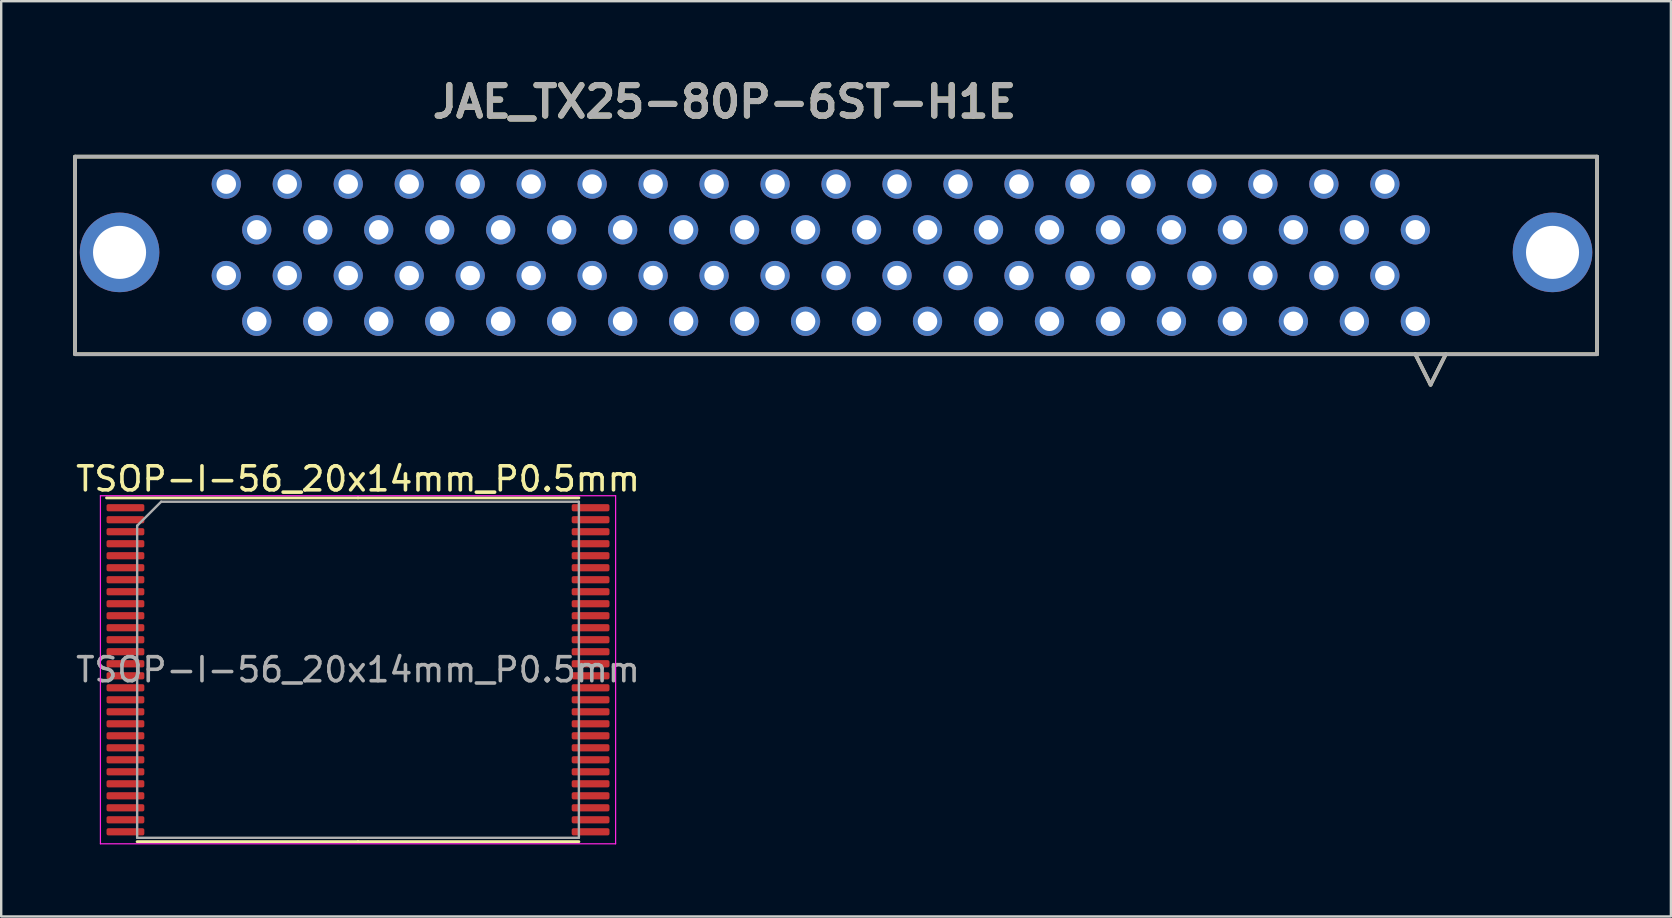
<source format=kicad_pcb>
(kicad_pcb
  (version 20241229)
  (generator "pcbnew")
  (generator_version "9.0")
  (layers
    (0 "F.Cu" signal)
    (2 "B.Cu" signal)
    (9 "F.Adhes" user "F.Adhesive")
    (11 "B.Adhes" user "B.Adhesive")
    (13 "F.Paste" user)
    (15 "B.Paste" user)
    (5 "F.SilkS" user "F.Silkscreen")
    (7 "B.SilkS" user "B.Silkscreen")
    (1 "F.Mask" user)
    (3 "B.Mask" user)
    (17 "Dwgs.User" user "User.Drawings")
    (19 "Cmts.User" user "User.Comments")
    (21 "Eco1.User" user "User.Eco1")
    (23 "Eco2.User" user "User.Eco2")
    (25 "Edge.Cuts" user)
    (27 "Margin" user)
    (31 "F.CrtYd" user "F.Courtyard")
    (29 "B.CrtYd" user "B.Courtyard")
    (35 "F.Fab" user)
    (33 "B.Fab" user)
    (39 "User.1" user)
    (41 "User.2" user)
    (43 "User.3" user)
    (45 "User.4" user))
  (footprint "JAE_TX25-80P-6ST-H1E"
    (layer "F.Cu")
    (at 31.775 3.475)
    (property "Reference" "JAE_TX25-80P-6ST-H1E" (at -4.648 -2.286 0) (layer "F.SilkS") (effects (font (size 1.27 1.27) (thickness 0.254))))
    (attr through_hole)
    (fp_line (start -31.699 0) (end -31.699 8.23) (stroke (width 0.152) (type solid)) (layer "F.SilkS"))
    (fp_line (start -31.699 8.23) (end 31.699 8.23) (stroke (width 0.152) (type solid)) (layer "F.SilkS"))
    (fp_line (start 24.13 8.23) (end 24.765 9.5) (stroke (width 0.152) (type solid)) (layer "F.SilkS"))
    (fp_line (start 25.4 8.23) (end 24.765 9.5) (stroke (width 0.152) (type solid)) (layer "F.SilkS"))
    (fp_line (start 31.699 0) (end -31.699 0) (stroke (width 0.152) (type solid)) (layer "F.SilkS"))
    (fp_line (start 31.699 8.23) (end 31.699 0) (stroke (width 0.152) (type solid)) (layer "F.SilkS"))
    (fp_line (start -31.699 0) (end -31.699 8.23) (stroke (width 0.152) (type solid)) (layer "F.Fab"))
    (fp_line (start -31.699 8.23) (end 31.699 8.23) (stroke (width 0.152) (type solid)) (layer "F.Fab"))
    (fp_line (start 24.13 8.23) (end 24.765 9.5) (stroke (width 0.152) (type solid)) (layer "F.Fab"))
    (fp_line (start 25.4 8.23) (end 24.765 9.5) (stroke (width 0.152) (type solid)) (layer "F.Fab"))
    (fp_line (start 31.699 0) (end -31.699 0) (stroke (width 0.152) (type solid)) (layer "F.Fab"))
    (fp_line (start 31.699 8.23) (end 31.699 0) (stroke (width 0.152) (type solid)) (layer "F.Fab"))
    (fp_text user "${REFERENCE}" (at -4.648 -2.286 0) (layer "F.Fab") (effects (font (size 1.27 1.27) (thickness 0.254))))
    (pad "1" thru_hole circle (at 24.13 6.858) (size 1.219 1.219) (drill 0.813) (layers "*.Cu" "*.Mask"))
    (pad "2" thru_hole circle (at 22.86 4.953) (size 1.219 1.219) (drill 0.813) (layers "*.Cu" "*.Mask"))
    (pad "3" thru_hole circle (at 21.59 6.858) (size 1.219 1.219) (drill 0.813) (layers "*.Cu" "*.Mask"))
    (pad "4" thru_hole circle (at 20.32 4.953) (size 1.219 1.219) (drill 0.813) (layers "*.Cu" "*.Mask"))
    (pad "5" thru_hole circle (at 19.05 6.858) (size 1.219 1.219) (drill 0.813) (layers "*.Cu" "*.Mask"))
    (pad "6" thru_hole circle (at 17.78 4.953) (size 1.219 1.219) (drill 0.813) (layers "*.Cu" "*.Mask"))
    (pad "7" thru_hole circle (at 16.51 6.858) (size 1.219 1.219) (drill 0.813) (layers "*.Cu" "*.Mask"))
    (pad "8" thru_hole circle (at 15.24 4.953) (size 1.219 1.219) (drill 0.813) (layers "*.Cu" "*.Mask"))
    (pad "9" thru_hole circle (at 13.97 6.858) (size 1.219 1.219) (drill 0.813) (layers "*.Cu" "*.Mask"))
    (pad "10" thru_hole circle (at 12.7 4.953) (size 1.219 1.219) (drill 0.813) (layers "*.Cu" "*.Mask"))
    (pad "11" thru_hole circle (at 11.43 6.858) (size 1.219 1.219) (drill 0.813) (layers "*.Cu" "*.Mask"))
    (pad "12" thru_hole circle (at 10.16 4.953) (size 1.219 1.219) (drill 0.813) (layers "*.Cu" "*.Mask"))
    (pad "13" thru_hole circle (at 8.89 6.858) (size 1.219 1.219) (drill 0.813) (layers "*.Cu" "*.Mask"))
    (pad "14" thru_hole circle (at 7.62 4.953) (size 1.219 1.219) (drill 0.813) (layers "*.Cu" "*.Mask"))
    (pad "15" thru_hole circle (at 6.35 6.858) (size 1.219 1.219) (drill 0.813) (layers "*.Cu" "*.Mask"))
    (pad "16" thru_hole circle (at 5.08 4.953) (size 1.219 1.219) (drill 0.813) (layers "*.Cu" "*.Mask"))
    (pad "17" thru_hole circle (at 3.81 6.858) (size 1.219 1.219) (drill 0.813) (layers "*.Cu" "*.Mask"))
    (pad "18" thru_hole circle (at 2.54 4.953) (size 1.219 1.219) (drill 0.813) (layers "*.Cu" "*.Mask"))
    (pad "19" thru_hole circle (at 1.27 6.858) (size 1.219 1.219) (drill 0.813) (layers "*.Cu" "*.Mask"))
    (pad "20" thru_hole circle (at 0 4.953) (size 1.219 1.219) (drill 0.813) (layers "*.Cu" "*.Mask"))
    (pad "21" thru_hole circle (at -1.27 6.858) (size 1.219 1.219) (drill 0.813) (layers "*.Cu" "*.Mask"))
    (pad "22" thru_hole circle (at -2.54 4.953) (size 1.219 1.219) (drill 0.813) (layers "*.Cu" "*.Mask"))
    (pad "23" thru_hole circle (at -3.81 6.858) (size 1.219 1.219) (drill 0.813) (layers "*.Cu" "*.Mask"))
    (pad "24" thru_hole circle (at -5.08 4.953) (size 1.219 1.219) (drill 0.813) (layers "*.Cu" "*.Mask"))
    (pad "25" thru_hole circle (at -6.35 6.858) (size 1.219 1.219) (drill 0.813) (layers "*.Cu" "*.Mask"))
    (pad "26" thru_hole circle (at -7.62 4.953) (size 1.219 1.219) (drill 0.813) (layers "*.Cu" "*.Mask"))
    (pad "27" thru_hole circle (at -8.89 6.858) (size 1.219 1.219) (drill 0.813) (layers "*.Cu" "*.Mask"))
    (pad "28" thru_hole circle (at -10.16 4.953) (size 1.219 1.219) (drill 0.813) (layers "*.Cu" "*.Mask"))
    (pad "29" thru_hole circle (at -11.43 6.858) (size 1.219 1.219) (drill 0.813) (layers "*.Cu" "*.Mask"))
    (pad "30" thru_hole circle (at -12.7 4.953) (size 1.219 1.219) (drill 0.813) (layers "*.Cu" "*.Mask"))
    (pad "31" thru_hole circle (at -13.97 6.858) (size 1.219 1.219) (drill 0.813) (layers "*.Cu" "*.Mask"))
    (pad "32" thru_hole circle (at -15.24 4.953) (size 1.219 1.219) (drill 0.813) (layers "*.Cu" "*.Mask"))
    (pad "33" thru_hole circle (at -16.51 6.858) (size 1.219 1.219) (drill 0.813) (layers "*.Cu" "*.Mask"))
    (pad "34" thru_hole circle (at -17.78 4.953) (size 1.219 1.219) (drill 0.813) (layers "*.Cu" "*.Mask"))
    (pad "35" thru_hole circle (at -19.05 6.858) (size 1.219 1.219) (drill 0.813) (layers "*.Cu" "*.Mask"))
    (pad "36" thru_hole circle (at -20.32 4.953) (size 1.219 1.219) (drill 0.813) (layers "*.Cu" "*.Mask"))
    (pad "37" thru_hole circle (at -21.59 6.858) (size 1.219 1.219) (drill 0.813) (layers "*.Cu" "*.Mask"))
    (pad "38" thru_hole circle (at -22.86 4.953) (size 1.219 1.219) (drill 0.813) (layers "*.Cu" "*.Mask"))
    (pad "39" thru_hole circle (at -24.13 6.858) (size 1.219 1.219) (drill 0.813) (layers "*.Cu" "*.Mask"))
    (pad "40" thru_hole circle (at -25.4 4.953) (size 1.219 1.219) (drill 0.813) (layers "*.Cu" "*.Mask"))
    (pad "41" thru_hole circle (at 24.13 3.048) (size 1.219 1.219) (drill 0.813) (layers "*.Cu" "*.Mask"))
    (pad "42" thru_hole circle (at 22.86 1.143) (size 1.219 1.219) (drill 0.813) (layers "*.Cu" "*.Mask"))
    (pad "43" thru_hole circle (at 21.59 3.048) (size 1.219 1.219) (drill 0.813) (layers "*.Cu" "*.Mask"))
    (pad "44" thru_hole circle (at 20.32 1.143) (size 1.219 1.219) (drill 0.813) (layers "*.Cu" "*.Mask"))
    (pad "45" thru_hole circle (at 19.05 3.048) (size 1.219 1.219) (drill 0.813) (layers "*.Cu" "*.Mask"))
    (pad "46" thru_hole circle (at 17.78 1.143) (size 1.219 1.219) (drill 0.813) (layers "*.Cu" "*.Mask"))
    (pad "47" thru_hole circle (at 16.51 3.048) (size 1.219 1.219) (drill 0.813) (layers "*.Cu" "*.Mask"))
    (pad "48" thru_hole circle (at 15.24 1.143) (size 1.219 1.219) (drill 0.813) (layers "*.Cu" "*.Mask"))
    (pad "49" thru_hole circle (at 13.97 3.048) (size 1.219 1.219) (drill 0.813) (layers "*.Cu" "*.Mask"))
    (pad "50" thru_hole circle (at 12.7 1.143) (size 1.219 1.219) (drill 0.813) (layers "*.Cu" "*.Mask"))
    (pad "51" thru_hole circle (at 11.43 3.048) (size 1.219 1.219) (drill 0.813) (layers "*.Cu" "*.Mask"))
    (pad "52" thru_hole circle (at 10.16 1.143) (size 1.219 1.219) (drill 0.813) (layers "*.Cu" "*.Mask"))
    (pad "53" thru_hole circle (at 8.89 3.048) (size 1.219 1.219) (drill 0.813) (layers "*.Cu" "*.Mask"))
    (pad "54" thru_hole circle (at 7.62 1.143) (size 1.219 1.219) (drill 0.813) (layers "*.Cu" "*.Mask"))
    (pad "55" thru_hole circle (at 6.35 3.048) (size 1.219 1.219) (drill 0.813) (layers "*.Cu" "*.Mask"))
    (pad "56" thru_hole circle (at 5.08 1.143) (size 1.219 1.219) (drill 0.813) (layers "*.Cu" "*.Mask"))
    (pad "57" thru_hole circle (at 3.81 3.048) (size 1.219 1.219) (drill 0.813) (layers "*.Cu" "*.Mask"))
    (pad "58" thru_hole circle (at 2.54 1.143) (size 1.219 1.219) (drill 0.813) (layers "*.Cu" "*.Mask"))
    (pad "59" thru_hole circle (at 1.27 3.048) (size 1.219 1.219) (drill 0.813) (layers "*.Cu" "*.Mask"))
    (pad "60" thru_hole circle (at 0 1.143) (size 1.219 1.219) (drill 0.813) (layers "*.Cu" "*.Mask"))
    (pad "61" thru_hole circle (at -1.27 3.048) (size 1.219 1.219) (drill 0.813) (layers "*.Cu" "*.Mask"))
    (pad "62" thru_hole circle (at -2.54 1.143) (size 1.219 1.219) (drill 0.813) (layers "*.Cu" "*.Mask"))
    (pad "63" thru_hole circle (at -3.81 3.048) (size 1.219 1.219) (drill 0.813) (layers "*.Cu" "*.Mask"))
    (pad "64" thru_hole circle (at -5.08 1.143) (size 1.219 1.219) (drill 0.813) (layers "*.Cu" "*.Mask"))
    (pad "65" thru_hole circle (at -6.35 3.048) (size 1.219 1.219) (drill 0.813) (layers "*.Cu" "*.Mask"))
    (pad "66" thru_hole circle (at -7.62 1.143) (size 1.219 1.219) (drill 0.813) (layers "*.Cu" "*.Mask"))
    (pad "67" thru_hole circle (at -8.89 3.048) (size 1.219 1.219) (drill 0.813) (layers "*.Cu" "*.Mask"))
    (pad "68" thru_hole circle (at -10.16 1.143) (size 1.219 1.219) (drill 0.813) (layers "*.Cu" "*.Mask"))
    (pad "69" thru_hole circle (at -11.43 3.048) (size 1.219 1.219) (drill 0.813) (layers "*.Cu" "*.Mask"))
    (pad "70" thru_hole circle (at -12.7 1.143) (size 1.219 1.219) (drill 0.813) (layers "*.Cu" "*.Mask"))
    (pad "71" thru_hole circle (at -13.97 3.048) (size 1.219 1.219) (drill 0.813) (layers "*.Cu" "*.Mask"))
    (pad "72" thru_hole circle (at -15.24 1.143) (size 1.219 1.219) (drill 0.813) (layers "*.Cu" "*.Mask"))
    (pad "73" thru_hole circle (at -16.51 3.048) (size 1.219 1.219) (drill 0.813) (layers "*.Cu" "*.Mask"))
    (pad "74" thru_hole circle (at -17.78 1.143) (size 1.219 1.219) (drill 0.813) (layers "*.Cu" "*.Mask"))
    (pad "75" thru_hole circle (at -19.05 3.048) (size 1.219 1.219) (drill 0.813) (layers "*.Cu" "*.Mask"))
    (pad "76" thru_hole circle (at -20.32 1.143) (size 1.219 1.219) (drill 0.813) (layers "*.Cu" "*.Mask"))
    (pad "77" thru_hole circle (at -21.59 3.048) (size 1.219 1.219) (drill 0.813) (layers "*.Cu" "*.Mask"))
    (pad "78" thru_hole circle (at -22.86 1.143) (size 1.219 1.219) (drill 0.813) (layers "*.Cu" "*.Mask"))
    (pad "79" thru_hole circle (at -24.13 3.048) (size 1.219 1.219) (drill 0.813) (layers "*.Cu" "*.Mask"))
    (pad "80" thru_hole circle (at -25.4 1.143) (size 1.219 1.219) (drill 0.813) (layers "*.Cu" "*.Mask"))
    (pad "81" thru_hole circle (at -29.845 3.988) (size 3.315 3.315) (drill 2.21) (layers "*.Cu" "*.Mask"))
    (pad "82" thru_hole circle (at 29.845 3.988) (size 3.315 3.315) (drill 2.21) (layers "*.Cu" "*.Mask")))
  (footprint "TSOP-I-56_20x14mm_P0.5mm"
    (layer "F.Cu")
    (at 11.863 24.849)
    (property "Reference" "TSOP-I-56_20x14mm_P0.5mm" (at 0 -7.95 0) (layer "F.SilkS") (effects (font (size 1 1) (thickness 0.15))))
    (attr smd)
    (fp_line (start 0 -7.16) (end -10.475 -7.16) (stroke (width 0.12) (type solid)) (layer "F.SilkS"))
    (fp_line (start 0 -7.16) (end 9.2 -7.16) (stroke (width 0.12) (type solid)) (layer "F.SilkS"))
    (fp_line (start 0 7.16) (end -9.2 7.16) (stroke (width 0.12) (type solid)) (layer "F.SilkS"))
    (fp_line (start 0 7.16) (end 9.2 7.16) (stroke (width 0.12) (type solid)) (layer "F.SilkS"))
    (fp_line (start -10.73 -7.25) (end -10.73 7.25) (stroke (width 0.05) (type solid)) (layer "F.CrtYd"))
    (fp_line (start -10.73 7.25) (end 10.73 7.25) (stroke (width 0.05) (type solid)) (layer "F.CrtYd"))
    (fp_line (start 10.73 -7.25) (end -10.73 -7.25) (stroke (width 0.05) (type solid)) (layer "F.CrtYd"))
    (fp_line (start 10.73 7.25) (end 10.73 -7.25) (stroke (width 0.05) (type solid)) (layer "F.CrtYd"))
    (fp_line (start -9.2 -6) (end -8.2 -7) (stroke (width 0.1) (type solid)) (layer "F.Fab"))
    (fp_line (start -9.2 7) (end -9.2 -6) (stroke (width 0.1) (type solid)) (layer "F.Fab"))
    (fp_line (start -8.2 -7) (end 9.2 -7) (stroke (width 0.1) (type solid)) (layer "F.Fab"))
    (fp_line (start 9.2 -7) (end 9.2 7) (stroke (width 0.1) (type solid)) (layer "F.Fab"))
    (fp_line (start 9.2 7) (end -9.2 7) (stroke (width 0.1) (type solid)) (layer "F.Fab"))
    (fp_text user "${REFERENCE}" (at 0 0 0) (layer "F.Fab") (effects (font (size 1 1) (thickness 0.15))))
    (pad "1" smd roundrect (at -9.688 -6.75) (size 1.575 0.3) (layers "F.Cu" "F.Mask" "F.Paste") (roundrect_rratio 0.25))
    (pad "2" smd roundrect (at -9.688 -6.25) (size 1.575 0.3) (layers "F.Cu" "F.Mask" "F.Paste") (roundrect_rratio 0.25))
    (pad "3" smd roundrect (at -9.688 -5.75) (size 1.575 0.3) (layers "F.Cu" "F.Mask" "F.Paste") (roundrect_rratio 0.25))
    (pad "4" smd roundrect (at -9.688 -5.25) (size 1.575 0.3) (layers "F.Cu" "F.Mask" "F.Paste") (roundrect_rratio 0.25))
    (pad "5" smd roundrect (at -9.688 -4.75) (size 1.575 0.3) (layers "F.Cu" "F.Mask" "F.Paste") (roundrect_rratio 0.25))
    (pad "6" smd roundrect (at -9.688 -4.25) (size 1.575 0.3) (layers "F.Cu" "F.Mask" "F.Paste") (roundrect_rratio 0.25))
    (pad "7" smd roundrect (at -9.688 -3.75) (size 1.575 0.3) (layers "F.Cu" "F.Mask" "F.Paste") (roundrect_rratio 0.25))
    (pad "8" smd roundrect (at -9.688 -3.25) (size 1.575 0.3) (layers "F.Cu" "F.Mask" "F.Paste") (roundrect_rratio 0.25))
    (pad "9" smd roundrect (at -9.688 -2.75) (size 1.575 0.3) (layers "F.Cu" "F.Mask" "F.Paste") (roundrect_rratio 0.25))
    (pad "10" smd roundrect (at -9.688 -2.25) (size 1.575 0.3) (layers "F.Cu" "F.Mask" "F.Paste") (roundrect_rratio 0.25))
    (pad "11" smd roundrect (at -9.688 -1.75) (size 1.575 0.3) (layers "F.Cu" "F.Mask" "F.Paste") (roundrect_rratio 0.25))
    (pad "12" smd roundrect (at -9.688 -1.25) (size 1.575 0.3) (layers "F.Cu" "F.Mask" "F.Paste") (roundrect_rratio 0.25))
    (pad "13" smd roundrect (at -9.688 -0.75) (size 1.575 0.3) (layers "F.Cu" "F.Mask" "F.Paste") (roundrect_rratio 0.25))
    (pad "14" smd roundrect (at -9.688 -0.25) (size 1.575 0.3) (layers "F.Cu" "F.Mask" "F.Paste") (roundrect_rratio 0.25))
    (pad "15" smd roundrect (at -9.688 0.25) (size 1.575 0.3) (layers "F.Cu" "F.Mask" "F.Paste") (roundrect_rratio 0.25))
    (pad "16" smd roundrect (at -9.688 0.75) (size 1.575 0.3) (layers "F.Cu" "F.Mask" "F.Paste") (roundrect_rratio 0.25))
    (pad "17" smd roundrect (at -9.688 1.25) (size 1.575 0.3) (layers "F.Cu" "F.Mask" "F.Paste") (roundrect_rratio 0.25))
    (pad "18" smd roundrect (at -9.688 1.75) (size 1.575 0.3) (layers "F.Cu" "F.Mask" "F.Paste") (roundrect_rratio 0.25))
    (pad "19" smd roundrect (at -9.688 2.25) (size 1.575 0.3) (layers "F.Cu" "F.Mask" "F.Paste") (roundrect_rratio 0.25))
    (pad "20" smd roundrect (at -9.688 2.75) (size 1.575 0.3) (layers "F.Cu" "F.Mask" "F.Paste") (roundrect_rratio 0.25))
    (pad "21" smd roundrect (at -9.688 3.25) (size 1.575 0.3) (layers "F.Cu" "F.Mask" "F.Paste") (roundrect_rratio 0.25))
    (pad "22" smd roundrect (at -9.688 3.75) (size 1.575 0.3) (layers "F.Cu" "F.Mask" "F.Paste") (roundrect_rratio 0.25))
    (pad "23" smd roundrect (at -9.688 4.25) (size 1.575 0.3) (layers "F.Cu" "F.Mask" "F.Paste") (roundrect_rratio 0.25))
    (pad "24" smd roundrect (at -9.688 4.75) (size 1.575 0.3) (layers "F.Cu" "F.Mask" "F.Paste") (roundrect_rratio 0.25))
    (pad "25" smd roundrect (at -9.688 5.25) (size 1.575 0.3) (layers "F.Cu" "F.Mask" "F.Paste") (roundrect_rratio 0.25))
    (pad "26" smd roundrect (at -9.688 5.75) (size 1.575 0.3) (layers "F.Cu" "F.Mask" "F.Paste") (roundrect_rratio 0.25))
    (pad "27" smd roundrect (at -9.688 6.25) (size 1.575 0.3) (layers "F.Cu" "F.Mask" "F.Paste") (roundrect_rratio 0.25))
    (pad "28" smd roundrect (at -9.688 6.75) (size 1.575 0.3) (layers "F.Cu" "F.Mask" "F.Paste") (roundrect_rratio 0.25))
    (pad "29" smd roundrect (at 9.688 6.75) (size 1.575 0.3) (layers "F.Cu" "F.Mask" "F.Paste") (roundrect_rratio 0.25))
    (pad "30" smd roundrect (at 9.688 6.25) (size 1.575 0.3) (layers "F.Cu" "F.Mask" "F.Paste") (roundrect_rratio 0.25))
    (pad "31" smd roundrect (at 9.688 5.75) (size 1.575 0.3) (layers "F.Cu" "F.Mask" "F.Paste") (roundrect_rratio 0.25))
    (pad "32" smd roundrect (at 9.688 5.25) (size 1.575 0.3) (layers "F.Cu" "F.Mask" "F.Paste") (roundrect_rratio 0.25))
    (pad "33" smd roundrect (at 9.688 4.75) (size 1.575 0.3) (layers "F.Cu" "F.Mask" "F.Paste") (roundrect_rratio 0.25))
    (pad "34" smd roundrect (at 9.688 4.25) (size 1.575 0.3) (layers "F.Cu" "F.Mask" "F.Paste") (roundrect_rratio 0.25))
    (pad "35" smd roundrect (at 9.688 3.75) (size 1.575 0.3) (layers "F.Cu" "F.Mask" "F.Paste") (roundrect_rratio 0.25))
    (pad "36" smd roundrect (at 9.688 3.25) (size 1.575 0.3) (layers "F.Cu" "F.Mask" "F.Paste") (roundrect_rratio 0.25))
    (pad "37" smd roundrect (at 9.688 2.75) (size 1.575 0.3) (layers "F.Cu" "F.Mask" "F.Paste") (roundrect_rratio 0.25))
    (pad "38" smd roundrect (at 9.688 2.25) (size 1.575 0.3) (layers "F.Cu" "F.Mask" "F.Paste") (roundrect_rratio 0.25))
    (pad "39" smd roundrect (at 9.688 1.75) (size 1.575 0.3) (layers "F.Cu" "F.Mask" "F.Paste") (roundrect_rratio 0.25))
    (pad "40" smd roundrect (at 9.688 1.25) (size 1.575 0.3) (layers "F.Cu" "F.Mask" "F.Paste") (roundrect_rratio 0.25))
    (pad "41" smd roundrect (at 9.688 0.75) (size 1.575 0.3) (layers "F.Cu" "F.Mask" "F.Paste") (roundrect_rratio 0.25))
    (pad "42" smd roundrect (at 9.688 0.25) (size 1.575 0.3) (layers "F.Cu" "F.Mask" "F.Paste") (roundrect_rratio 0.25))
    (pad "43" smd roundrect (at 9.688 -0.25) (size 1.575 0.3) (layers "F.Cu" "F.Mask" "F.Paste") (roundrect_rratio 0.25))
    (pad "44" smd roundrect (at 9.688 -0.75) (size 1.575 0.3) (layers "F.Cu" "F.Mask" "F.Paste") (roundrect_rratio 0.25))
    (pad "45" smd roundrect (at 9.688 -1.25) (size 1.575 0.3) (layers "F.Cu" "F.Mask" "F.Paste") (roundrect_rratio 0.25))
    (pad "46" smd roundrect (at 9.688 -1.75) (size 1.575 0.3) (layers "F.Cu" "F.Mask" "F.Paste") (roundrect_rratio 0.25))
    (pad "47" smd roundrect (at 9.688 -2.25) (size 1.575 0.3) (layers "F.Cu" "F.Mask" "F.Paste") (roundrect_rratio 0.25))
    (pad "48" smd roundrect (at 9.688 -2.75) (size 1.575 0.3) (layers "F.Cu" "F.Mask" "F.Paste") (roundrect_rratio 0.25))
    (pad "49" smd roundrect (at 9.688 -3.25) (size 1.575 0.3) (layers "F.Cu" "F.Mask" "F.Paste") (roundrect_rratio 0.25))
    (pad "50" smd roundrect (at 9.688 -3.75) (size 1.575 0.3) (layers "F.Cu" "F.Mask" "F.Paste") (roundrect_rratio 0.25))
    (pad "51" smd roundrect (at 9.688 -4.25) (size 1.575 0.3) (layers "F.Cu" "F.Mask" "F.Paste") (roundrect_rratio 0.25))
    (pad "52" smd roundrect (at 9.688 -4.75) (size 1.575 0.3) (layers "F.Cu" "F.Mask" "F.Paste") (roundrect_rratio 0.25))
    (pad "53" smd roundrect (at 9.688 -5.25) (size 1.575 0.3) (layers "F.Cu" "F.Mask" "F.Paste") (roundrect_rratio 0.25))
    (pad "54" smd roundrect (at 9.688 -5.75) (size 1.575 0.3) (layers "F.Cu" "F.Mask" "F.Paste") (roundrect_rratio 0.25))
    (pad "55" smd roundrect (at 9.688 -6.25) (size 1.575 0.3) (layers "F.Cu" "F.Mask" "F.Paste") (roundrect_rratio 0.25))
    (pad "56" smd roundrect (at 9.688 -6.75) (size 1.575 0.3) (layers "F.Cu" "F.Mask" "F.Paste") (roundrect_rratio 0.25)))
  (gr_rect
    (start -3 -3)
    (end 66.551 35.124)
    (stroke (width 0.1) (type default))
    (fill no)
    (layer "Edge.Cuts")))
</source>
